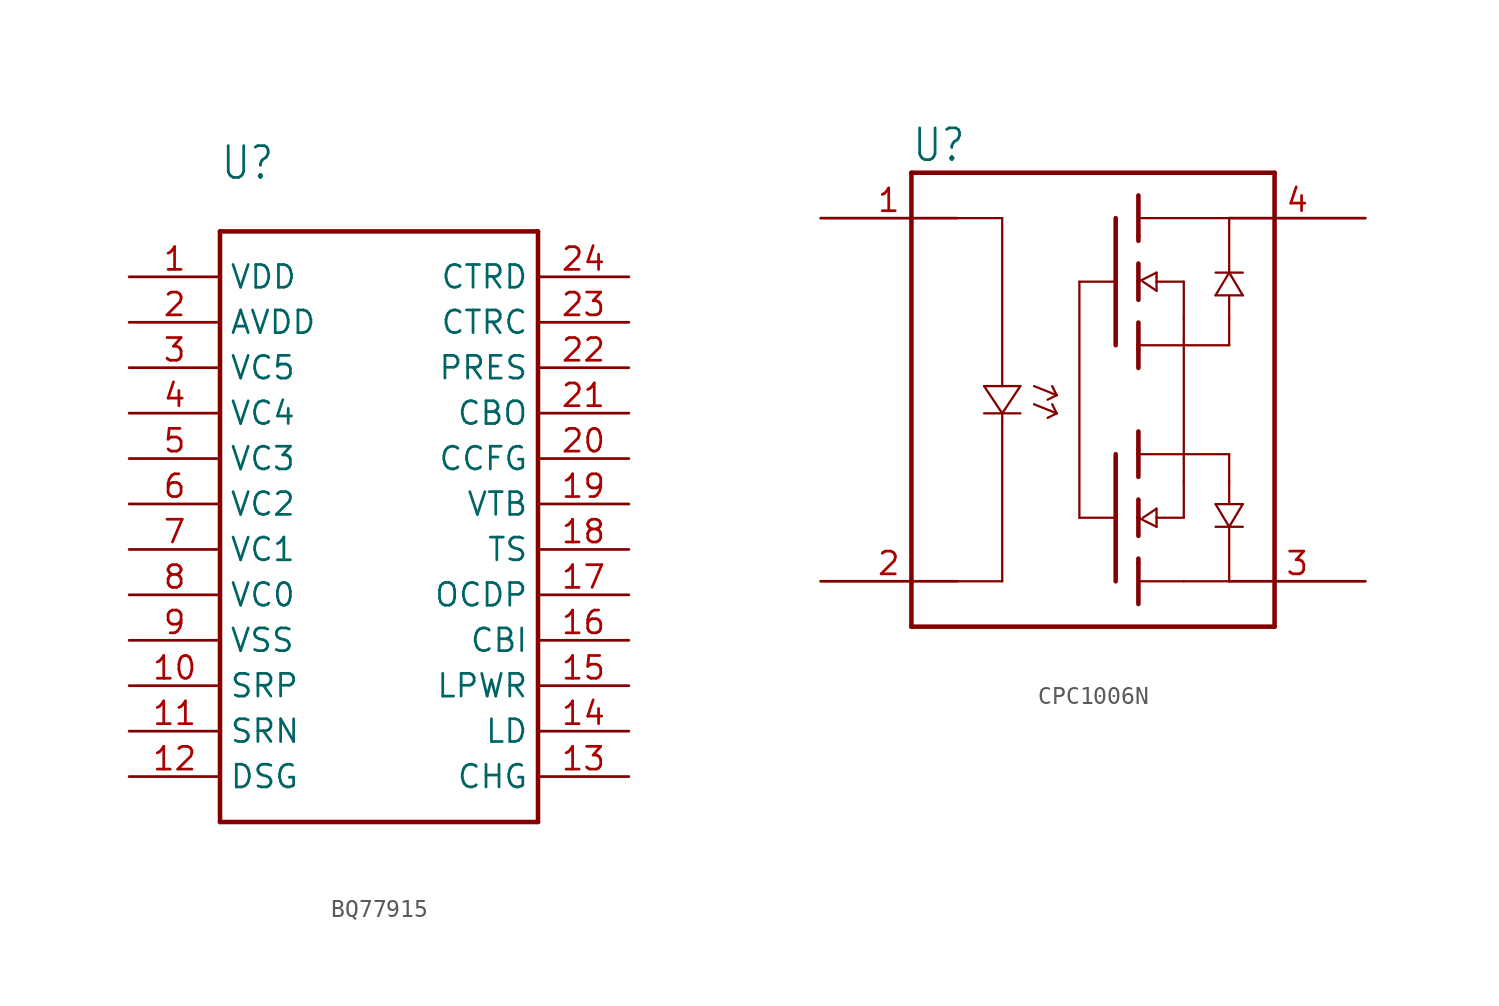
<source format=kicad_sym>
(kicad_symbol_lib
  (version 20231120)
  (generator "kicad_symbol_editor")
  (generator_version "8.0")
  (symbol "BQ77915"
    (property "Reference" "U"
      (at -10.16 18.034 0)
      (effects (font (size 1.778 1.511)) (justify left bottom)))
    (property "Value" ""
      (at -10.16 15.748 0)
      (effects (font (size 1.778 1.511)) (justify left bottom)))
    (property "ki_locked" ""
      (at 0 0 0)
      (effects (font (size 1.27 1.27))))
    (symbol "BQ77915_1_0"
      (polyline (pts (xy -10.16 -17.78) (xy 7.62 -17.78)) (stroke (width 0.254) (type solid)) (fill (type none)))
      (polyline (pts (xy -10.16 15.24) (xy -10.16 -17.78)) (stroke (width 0.254) (type solid)) (fill (type none)))
      (polyline (pts (xy 7.62 -17.78) (xy 7.62 15.24)) (stroke (width 0.254) (type solid)) (fill (type none)))
      (polyline (pts (xy 7.62 15.24) (xy -10.16 15.24)) (stroke (width 0.254) (type solid)) (fill (type none)))
      (pin bidirectional line (at -15.24 12.7 0) (length 5.08) (name "VDD" (effects (font (size 1.27 1.27)))) (number "1" (effects (font (size 1.27 1.27)))))
      (pin bidirectional line (at -15.24 -10.16 0) (length 5.08) (name "SRP" (effects (font (size 1.27 1.27)))) (number "10" (effects (font (size 1.27 1.27)))))
      (pin bidirectional line (at -15.24 -12.7 0) (length 5.08) (name "SRN" (effects (font (size 1.27 1.27)))) (number "11" (effects (font (size 1.27 1.27)))))
      (pin bidirectional line (at -15.24 -15.24 0) (length 5.08) (name "DSG" (effects (font (size 1.27 1.27)))) (number "12" (effects (font (size 1.27 1.27)))))
      (pin bidirectional line (at 12.7 -15.24 180) (length 5.08) (name "CHG" (effects (font (size 1.27 1.27)))) (number "13" (effects (font (size 1.27 1.27)))))
      (pin bidirectional line (at 12.7 -12.7 180) (length 5.08) (name "LD" (effects (font (size 1.27 1.27)))) (number "14" (effects (font (size 1.27 1.27)))))
      (pin bidirectional line (at 12.7 -10.16 180) (length 5.08) (name "LPWR" (effects (font (size 1.27 1.27)))) (number "15" (effects (font (size 1.27 1.27)))))
      (pin bidirectional line (at 12.7 -7.62 180) (length 5.08) (name "CBI" (effects (font (size 1.27 1.27)))) (number "16" (effects (font (size 1.27 1.27)))))
      (pin bidirectional line (at 12.7 -5.08 180) (length 5.08) (name "OCDP" (effects (font (size 1.27 1.27)))) (number "17" (effects (font (size 1.27 1.27)))))
      (pin bidirectional line (at 12.7 -2.54 180) (length 5.08) (name "TS" (effects (font (size 1.27 1.27)))) (number "18" (effects (font (size 1.27 1.27)))))
      (pin bidirectional line (at 12.7 0 180) (length 5.08) (name "VTB" (effects (font (size 1.27 1.27)))) (number "19" (effects (font (size 1.27 1.27)))))
      (pin bidirectional line (at -15.24 10.16 0) (length 5.08) (name "AVDD" (effects (font (size 1.27 1.27)))) (number "2" (effects (font (size 1.27 1.27)))))
      (pin bidirectional line (at 12.7 2.54 180) (length 5.08) (name "CCFG" (effects (font (size 1.27 1.27)))) (number "20" (effects (font (size 1.27 1.27)))))
      (pin bidirectional line (at 12.7 5.08 180) (length 5.08) (name "CBO" (effects (font (size 1.27 1.27)))) (number "21" (effects (font (size 1.27 1.27)))))
      (pin bidirectional line (at 12.7 7.62 180) (length 5.08) (name "PRES" (effects (font (size 1.27 1.27)))) (number "22" (effects (font (size 1.27 1.27)))))
      (pin bidirectional line (at 12.7 10.16 180) (length 5.08) (name "CTRC" (effects (font (size 1.27 1.27)))) (number "23" (effects (font (size 1.27 1.27)))))
      (pin bidirectional line (at 12.7 12.7 180) (length 5.08) (name "CTRD" (effects (font (size 1.27 1.27)))) (number "24" (effects (font (size 1.27 1.27)))))
      (pin bidirectional line (at -15.24 7.62 0) (length 5.08) (name "VC5" (effects (font (size 1.27 1.27)))) (number "3" (effects (font (size 1.27 1.27)))))
      (pin bidirectional line (at -15.24 5.08 0) (length 5.08) (name "VC4" (effects (font (size 1.27 1.27)))) (number "4" (effects (font (size 1.27 1.27)))))
      (pin bidirectional line (at -15.24 2.54 0) (length 5.08) (name "VC3" (effects (font (size 1.27 1.27)))) (number "5" (effects (font (size 1.27 1.27)))))
      (pin bidirectional line (at -15.24 0 0) (length 5.08) (name "VC2" (effects (font (size 1.27 1.27)))) (number "6" (effects (font (size 1.27 1.27)))))
      (pin bidirectional line (at -15.24 -2.54 0) (length 5.08) (name "VC1" (effects (font (size 1.27 1.27)))) (number "7" (effects (font (size 1.27 1.27)))))
      (pin bidirectional line (at -15.24 -5.08 0) (length 5.08) (name "VC0" (effects (font (size 1.27 1.27)))) (number "8" (effects (font (size 1.27 1.27)))))
      (pin bidirectional line (at -15.24 -7.62 0) (length 5.08) (name "VSS" (effects (font (size 1.27 1.27)))) (number "9" (effects (font (size 1.27 1.27)))))))
  (symbol "CPC1006N"
    (property "Reference" "U"
      (at -10.16 13.208 0)
      (effects (font (size 1.778 1.511)) (justify left bottom)))
    (property "Value" ""
      (at 1.016 13.208 0)
      (effects (font (size 1.778 1.511)) (justify left bottom)))
    (property "ki_locked" ""
      (at 0 0 0)
      (effects (font (size 1.27 1.27))))
    (symbol "CPC1006N_1_0"
      (polyline (pts (xy -10.16 -12.7) (xy -10.16 10.16)) (stroke (width 0.254) (type solid)) (fill (type none)))
      (polyline (pts (xy -10.16 10.16) (xy -10.16 12.7)) (stroke (width 0.254) (type solid)) (fill (type none)))
      (polyline (pts (xy -10.16 12.7) (xy 10.16 12.7)) (stroke (width 0.254) (type solid)) (fill (type none)))
      (polyline (pts (xy -7.62 -10.16) (xy -5.08 -10.16)) (stroke (width 0.127) (type solid)) (fill (type none)))
      (polyline (pts (xy -7.62 10.16) (xy -5.08 10.16)) (stroke (width 0.127) (type solid)) (fill (type none)))
      (polyline (pts (xy -6.096 -0.762) (xy -5.08 -0.762)) (stroke (width 0.127) (type solid)) (fill (type none)))
      (polyline (pts (xy -6.096 0.762) (xy -5.08 0.762)) (stroke (width 0.127) (type solid)) (fill (type none)))
      (polyline (pts (xy -5.08 -10.16) (xy -5.08 -1.27)) (stroke (width 0.127) (type solid)) (fill (type none)))
      (polyline (pts (xy -5.08 -1.27) (xy -5.08 -0.762)) (stroke (width 0.127) (type solid)) (fill (type none)))
      (polyline (pts (xy -5.08 -0.762) (xy -6.096 0.762)) (stroke (width 0.127) (type solid)) (fill (type none)))
      (polyline (pts (xy -5.08 -0.762) (xy -4.064 -0.762)) (stroke (width 0.127) (type solid)) (fill (type none)))
      (polyline (pts (xy -5.08 0.762) (xy -4.064 0.762)) (stroke (width 0.127) (type solid)) (fill (type none)))
      (polyline (pts (xy -5.08 10.16) (xy -5.08 0.762)) (stroke (width 0.127) (type solid)) (fill (type none)))
      (polyline (pts (xy -4.064 0.762) (xy -5.08 -0.762)) (stroke (width 0.127) (type solid)) (fill (type none)))
      (polyline (pts (xy -2.032 -0.762) (xy -3.302 -0.254)) (stroke (width 0.127) (type solid)) (fill (type none)))
      (polyline (pts (xy -2.032 -0.762) (xy -2.54 -1.016)) (stroke (width 0.127) (type solid)) (fill (type none)))
      (polyline (pts (xy -2.032 -0.762) (xy -2.286 -0.254)) (stroke (width 0.127) (type solid)) (fill (type none)))
      (polyline (pts (xy -2.032 0.254) (xy -3.302 0.762)) (stroke (width 0.127) (type solid)) (fill (type none)))
      (polyline (pts (xy -2.032 0.254) (xy -2.54 0)) (stroke (width 0.127) (type solid)) (fill (type none)))
      (polyline (pts (xy -2.032 0.254) (xy -2.286 0.762)) (stroke (width 0.127) (type solid)) (fill (type none)))
      (polyline (pts (xy -0.762 -6.604) (xy 1.27 -6.604)) (stroke (width 0.127) (type solid)) (fill (type none)))
      (polyline (pts (xy -0.762 6.604) (xy -0.762 -6.604)) (stroke (width 0.127) (type solid)) (fill (type none)))
      (polyline (pts (xy 1.27 -10.16) (xy 1.27 -6.604)) (stroke (width 0.254) (type solid)) (fill (type none)))
      (polyline (pts (xy 1.27 -6.604) (xy 1.27 -3.048)) (stroke (width 0.254) (type solid)) (fill (type none)))
      (polyline (pts (xy 1.27 6.604) (xy -0.762 6.604)) (stroke (width 0.127) (type solid)) (fill (type none)))
      (polyline (pts (xy 1.27 6.604) (xy 1.27 3.048)) (stroke (width 0.254) (type solid)) (fill (type none)))
      (polyline (pts (xy 1.27 10.16) (xy 1.27 6.604)) (stroke (width 0.254) (type solid)) (fill (type none)))
      (polyline (pts (xy 2.54 -11.43) (xy 2.54 -9.144)) (stroke (width 0.254) (type solid)) (fill (type none)))
      (polyline (pts (xy 2.54 -9.144) (xy 2.54 -8.89)) (stroke (width 0.254) (type solid)) (fill (type none)))
      (polyline (pts (xy 2.54 -7.62) (xy 2.54 -6.604)) (stroke (width 0.254) (type solid)) (fill (type none)))
      (polyline (pts (xy 2.54 -6.604) (xy 2.54 -5.588)) (stroke (width 0.254) (type solid)) (fill (type none)))
      (polyline (pts (xy 2.54 -6.604) (xy 3.556 -7.112)) (stroke (width 0.127) (type solid)) (fill (type none)))
      (polyline (pts (xy 2.54 -4.318) (xy 2.54 -3.048)) (stroke (width 0.254) (type solid)) (fill (type none)))
      (polyline (pts (xy 2.54 -3.048) (xy 2.54 -2.794)) (stroke (width 0.254) (type solid)) (fill (type none)))
      (polyline (pts (xy 2.54 -2.794) (xy 2.54 -1.778)) (stroke (width 0.254) (type solid)) (fill (type none)))
      (polyline (pts (xy 2.54 2.794) (xy 2.54 1.778)) (stroke (width 0.254) (type solid)) (fill (type none)))
      (polyline (pts (xy 2.54 3.048) (xy 2.54 2.794)) (stroke (width 0.254) (type solid)) (fill (type none)))
      (polyline (pts (xy 2.54 4.318) (xy 2.54 3.048)) (stroke (width 0.254) (type solid)) (fill (type none)))
      (polyline (pts (xy 2.54 6.604) (xy 2.54 5.588)) (stroke (width 0.254) (type solid)) (fill (type none)))
      (polyline (pts (xy 2.54 6.604) (xy 3.556 7.112)) (stroke (width 0.127) (type solid)) (fill (type none)))
      (polyline (pts (xy 2.54 7.62) (xy 2.54 6.604)) (stroke (width 0.254) (type solid)) (fill (type none)))
      (polyline (pts (xy 2.54 9.144) (xy 2.54 8.89)) (stroke (width 0.254) (type solid)) (fill (type none)))
      (polyline (pts (xy 2.54 11.43) (xy 2.54 9.144)) (stroke (width 0.254) (type solid)) (fill (type none)))
      (polyline (pts (xy 2.794 -6.604) (xy 3.556 -6.096)) (stroke (width 0.127) (type solid)) (fill (type none)))
      (polyline (pts (xy 2.794 6.604) (xy 3.556 6.096)) (stroke (width 0.127) (type solid)) (fill (type none)))
      (polyline (pts (xy 3.556 -6.858) (xy 3.556 -7.112)) (stroke (width 0.127) (type solid)) (fill (type none)))
      (polyline (pts (xy 3.556 -6.604) (xy 3.556 -6.858)) (stroke (width 0.127) (type solid)) (fill (type none)))
      (polyline (pts (xy 3.556 -6.604) (xy 5.08 -6.604)) (stroke (width 0.127) (type solid)) (fill (type none)))
      (polyline (pts (xy 3.556 -6.096) (xy 3.556 -6.604)) (stroke (width 0.127) (type solid)) (fill (type none)))
      (polyline (pts (xy 3.556 6.096) (xy 3.556 6.604)) (stroke (width 0.127) (type solid)) (fill (type none)))
      (polyline (pts (xy 3.556 6.604) (xy 3.556 6.858)) (stroke (width 0.127) (type solid)) (fill (type none)))
      (polyline (pts (xy 3.556 6.604) (xy 5.08 6.604)) (stroke (width 0.127) (type solid)) (fill (type none)))
      (polyline (pts (xy 3.556 6.858) (xy 3.556 7.112)) (stroke (width 0.127) (type solid)) (fill (type none)))
      (polyline (pts (xy 5.08 -10.16) (xy 2.54 -10.16)) (stroke (width 0.127) (type solid)) (fill (type none)))
      (polyline (pts (xy 5.08 -6.604) (xy 5.08 -4.572)) (stroke (width 0.127) (type solid)) (fill (type none)))
      (polyline (pts (xy 5.08 -4.572) (xy 5.08 -3.302)) (stroke (width 0.127) (type solid)) (fill (type none)))
      (polyline (pts (xy 5.08 -3.302) (xy 5.08 -3.048)) (stroke (width 0.127) (type solid)) (fill (type none)))
      (polyline (pts (xy 5.08 -3.048) (xy 2.54 -3.048)) (stroke (width 0.127) (type solid)) (fill (type none)))
      (polyline (pts (xy 5.08 -3.048) (xy 5.08 3.048)) (stroke (width 0.127) (type solid)) (fill (type none)))
      (polyline (pts (xy 5.08 -3.048) (xy 7.62 -3.048)) (stroke (width 0.127) (type solid)) (fill (type none)))
      (polyline (pts (xy 5.08 3.048) (xy 2.54 3.048)) (stroke (width 0.127) (type solid)) (fill (type none)))
      (polyline (pts (xy 5.08 3.048) (xy 7.62 3.048)) (stroke (width 0.127) (type solid)) (fill (type none)))
      (polyline (pts (xy 5.08 3.302) (xy 5.08 3.048)) (stroke (width 0.127) (type solid)) (fill (type none)))
      (polyline (pts (xy 5.08 4.572) (xy 5.08 3.302)) (stroke (width 0.127) (type solid)) (fill (type none)))
      (polyline (pts (xy 5.08 6.604) (xy 5.08 4.572)) (stroke (width 0.127) (type solid)) (fill (type none)))
      (polyline (pts (xy 5.08 10.16) (xy 2.54 10.16)) (stroke (width 0.127) (type solid)) (fill (type none)))
      (polyline (pts (xy 6.858 -7.112) (xy 7.62 -7.112)) (stroke (width 0.127) (type solid)) (fill (type none)))
      (polyline (pts (xy 6.858 -5.842) (xy 8.382 -5.842)) (stroke (width 0.127) (type solid)) (fill (type none)))
      (polyline (pts (xy 6.858 5.842) (xy 8.382 5.842)) (stroke (width 0.127) (type solid)) (fill (type none)))
      (polyline (pts (xy 6.858 7.112) (xy 7.62 7.112)) (stroke (width 0.127) (type solid)) (fill (type none)))
      (polyline (pts (xy 7.62 -10.16) (xy 5.08 -10.16)) (stroke (width 0.127) (type solid)) (fill (type none)))
      (polyline (pts (xy 7.62 -7.112) (xy 6.858 -5.842)) (stroke (width 0.127) (type solid)) (fill (type none)))
      (polyline (pts (xy 7.62 -7.112) (xy 7.62 -10.16)) (stroke (width 0.127) (type solid)) (fill (type none)))
      (polyline (pts (xy 7.62 -7.112) (xy 8.382 -7.112)) (stroke (width 0.127) (type solid)) (fill (type none)))
      (polyline (pts (xy 7.62 -4.572) (xy 7.62 -5.842)) (stroke (width 0.127) (type solid)) (fill (type none)))
      (polyline (pts (xy 7.62 -3.048) (xy 7.62 -4.572)) (stroke (width 0.127) (type solid)) (fill (type none)))
      (polyline (pts (xy 7.62 3.048) (xy 7.62 4.572)) (stroke (width 0.127) (type solid)) (fill (type none)))
      (polyline (pts (xy 7.62 4.572) (xy 7.62 5.842)) (stroke (width 0.127) (type solid)) (fill (type none)))
      (polyline (pts (xy 7.62 7.112) (xy 6.858 5.842)) (stroke (width 0.127) (type solid)) (fill (type none)))
      (polyline (pts (xy 7.62 7.112) (xy 7.62 10.16)) (stroke (width 0.127) (type solid)) (fill (type none)))
      (polyline (pts (xy 7.62 7.112) (xy 8.382 7.112)) (stroke (width 0.127) (type solid)) (fill (type none)))
      (polyline (pts (xy 7.62 10.16) (xy 5.08 10.16)) (stroke (width 0.127) (type solid)) (fill (type none)))
      (polyline (pts (xy 8.382 -5.842) (xy 7.62 -7.112)) (stroke (width 0.127) (type solid)) (fill (type none)))
      (polyline (pts (xy 8.382 5.842) (xy 7.62 7.112)) (stroke (width 0.127) (type solid)) (fill (type none)))
      (polyline (pts (xy 10.16 -12.7) (xy -10.16 -12.7)) (stroke (width 0.254) (type solid)) (fill (type none)))
      (polyline (pts (xy 10.16 12.7) (xy 10.16 -12.7)) (stroke (width 0.254) (type solid)) (fill (type none)))
      (pin passive line (at -15.24 10.16 0) (length 7.62) (name "A" (effects (font (size 0 0)))) (number "1" (effects (font (size 1.27 1.27)))))
      (pin passive line (at -15.24 -10.16 0) (length 7.62) (name "K" (effects (font (size 0 0)))) (number "2" (effects (font (size 1.27 1.27)))))
      (pin passive line (at 15.24 -10.16 180) (length 7.62) (name "1" (effects (font (size 0 0)))) (number "3" (effects (font (size 1.27 1.27)))))
      (pin passive line (at 15.24 10.16 180) (length 7.62) (name "2" (effects (font (size 0 0)))) (number "4" (effects (font (size 1.27 1.27))))))))
</source>
